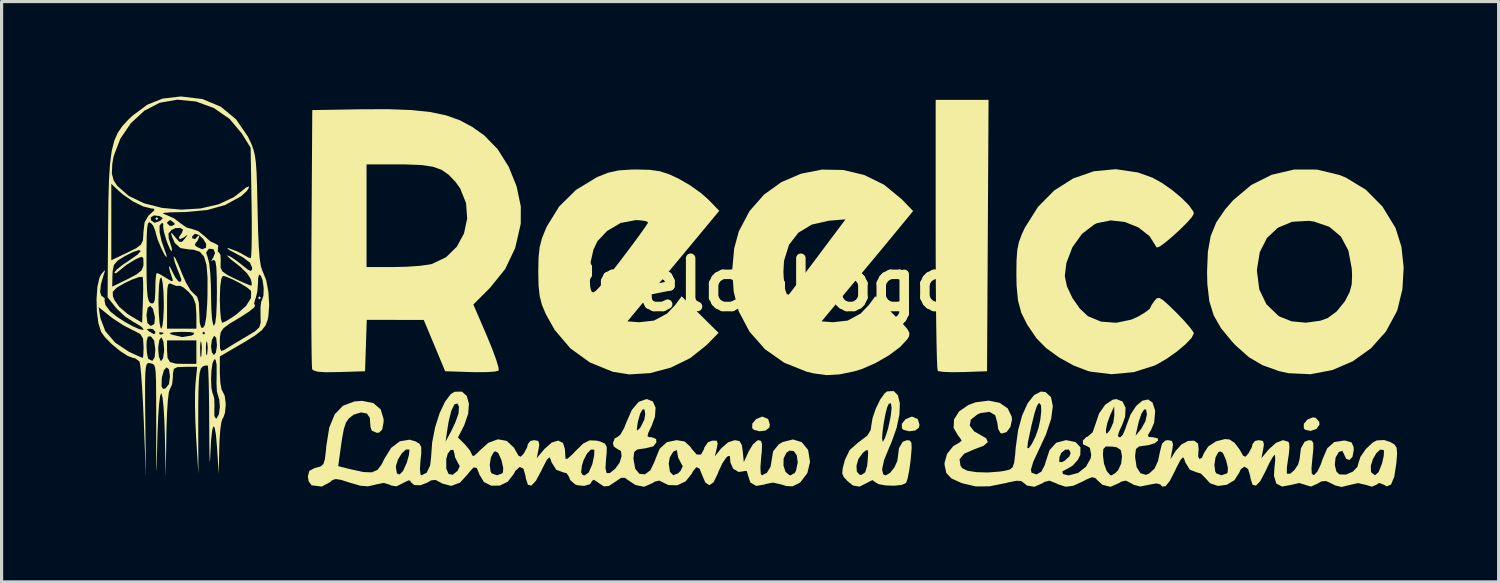
<source format=kicad_pcb>
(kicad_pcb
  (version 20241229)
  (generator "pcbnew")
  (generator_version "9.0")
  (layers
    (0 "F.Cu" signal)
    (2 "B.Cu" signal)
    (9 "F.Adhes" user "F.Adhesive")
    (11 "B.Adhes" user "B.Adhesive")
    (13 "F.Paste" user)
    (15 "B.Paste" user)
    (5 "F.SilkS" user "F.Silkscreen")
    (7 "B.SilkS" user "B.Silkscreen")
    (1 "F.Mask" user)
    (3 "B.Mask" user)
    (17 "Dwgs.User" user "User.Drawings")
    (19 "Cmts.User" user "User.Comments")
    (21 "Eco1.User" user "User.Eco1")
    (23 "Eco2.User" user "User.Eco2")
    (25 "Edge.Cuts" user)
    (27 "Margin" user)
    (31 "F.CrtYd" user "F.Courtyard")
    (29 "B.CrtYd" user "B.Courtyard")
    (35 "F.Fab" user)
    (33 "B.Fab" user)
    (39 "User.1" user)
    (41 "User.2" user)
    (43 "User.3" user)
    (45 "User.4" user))
  (footprint "ReelcoLogo"
    (layer "F.Cu")
    (at 20.768 5.945)
    (property "Reference" "ReelcoLogo" (at 0 0 0) (layer "F.SilkS") (effects (font (size 1.524 1.524) (thickness 0.3))))
    (attr board_only exclude_from_pos_files exclude_from_bom)
    (fp_poly (pts (xy -18.818 -2.086) (xy -18.865 -2.039) (xy -18.911 -2.086) (xy -18.865 -2.132)) (stroke (width 0) (type solid)) (fill yes) (layer "F.SilkS"))
    (fp_poly (pts (xy -15.574 0.417) (xy -15.62 0.464) (xy -15.666 0.417) (xy -15.62 0.371)) (stroke (width 0) (type solid)) (fill yes) (layer "F.SilkS"))
    (fp_poly (pts (xy 17.752 4.205) (xy 17.867 4.332) (xy 17.874 4.426) (xy 17.773 4.561) (xy 17.592 4.621) (xy 17.423 4.585) (xy 17.379 4.539) (xy 17.379 4.396) (xy 17.494 4.262) (xy 17.661 4.194)) (stroke (width 0) (type solid)) (fill yes) (layer "F.SilkS"))
    (fp_poly (pts (xy 0.453 4.245) (xy 0.508 4.426) (xy 0.488 4.519) (xy 0.375 4.608) (xy 0.182 4.632) (xy 0.004 4.587) (xy -0.049 4.538) (xy -0.049 4.393) (xy 0.07 4.25) (xy 0.249 4.173) (xy 0.28 4.172)) (stroke (width 0) (type solid)) (fill yes) (layer "F.SilkS"))
    (fp_poly (pts (xy 5.18 4.245) (xy 5.236 4.426) (xy 5.216 4.519) (xy 5.103 4.608) (xy 4.91 4.632) (xy 4.732 4.587) (xy 4.679 4.538) (xy 4.679 4.393) (xy 4.797 4.25) (xy 4.977 4.173) (xy 5.007 4.172)) (stroke (width 0) (type solid)) (fill yes) (layer "F.SilkS"))
    (fp_poly (pts (xy 7.394 -1.553) (xy 7.37 2.735) (xy 6.624 2.761) (xy 6.268 2.766) (xy 5.986 2.755) (xy 5.828 2.731) (xy 5.813 2.723) (xy 5.799 2.619) (xy 5.787 2.349) (xy 5.776 1.931) (xy 5.766 1.384) (xy 5.758 0.726) (xy 5.752 -0.023) (xy 5.748 -0.846) (xy 5.747 -1.591) (xy 5.747 -5.84) (xy 7.418 -5.84)) (stroke (width 0) (type solid)) (fill yes) (layer "F.SilkS"))
    (fp_poly (pts (xy 17.795 -3.637) (xy 18.513 -3.464) (xy 18.709 -3.383) (xy 19.337 -3.002) (xy 19.861 -2.473) (xy 20.266 -1.812) (xy 20.282 -1.778) (xy 20.464 -1.198) (xy 20.535 -0.535) (xy 20.494 0.145) (xy 20.341 0.778) (xy 20.314 0.852) (xy 19.973 1.482) (xy 19.501 2.01) (xy 18.928 2.42) (xy 18.282 2.698) (xy 17.594 2.829) (xy 16.891 2.797) (xy 16.601 2.732) (xy 16.077 2.546) (xy 15.642 2.29) (xy 15.225 1.919) (xy 15.113 1.8) (xy 14.766 1.379) (xy 14.533 0.972) (xy 14.394 0.524) (xy 14.331 -0.016) (xy 14.322 -0.417) (xy 14.323 -0.424) (xy 15.899 -0.424) (xy 15.973 0.152) (xy 16.197 0.618) (xy 16.572 0.979) (xy 16.62 1.011) (xy 16.993 1.158) (xy 17.446 1.201) (xy 17.901 1.139) (xy 18.135 1.054) (xy 18.415 0.848) (xy 18.668 0.536) (xy 18.693 0.495) (xy 18.828 0.233) (xy 18.893 -0.006) (xy 18.904 -0.305) (xy 18.894 -0.512) (xy 18.787 -1.081) (xy 18.551 -1.521) (xy 18.188 -1.827) (xy 17.703 -1.994) (xy 17.54 -2.017) (xy 17.01 -1.987) (xy 16.563 -1.801) (xy 16.216 -1.477) (xy 15.989 -1.032) (xy 15.899 -0.484) (xy 15.899 -0.424) (xy 14.323 -0.424) (xy 14.348 -1.041) (xy 14.438 -1.54) (xy 14.613 -1.967) (xy 14.892 -2.377) (xy 15.151 -2.673) (xy 15.719 -3.15) (xy 16.368 -3.474) (xy 17.071 -3.638)) (stroke (width 0) (type solid)) (fill yes) (layer "F.SilkS"))
    (fp_poly (pts (xy 2.824 -3.624) (xy 3.488 -3.467) (xy 4.115 -3.159) (xy 4.673 -2.701) (xy 5.034 -2.327) (xy 4.516 -1.696) (xy 4.264 -1.391) (xy 3.931 -0.989) (xy 3.556 -0.538) (xy 3.176 -0.083) (xy 3.069 0.046) (xy 2.141 1.159) (xy 2.502 1.187) (xy 2.964 1.135) (xy 3.376 0.913) (xy 3.632 0.646) (xy 3.838 0.367) (xy 4.415 0.939) (xy 4.69 1.216) (xy 4.851 1.399) (xy 4.917 1.523) (xy 4.909 1.623) (xy 4.854 1.721) (xy 4.622 1.971) (xy 4.267 2.235) (xy 3.844 2.478) (xy 3.41 2.667) (xy 3.202 2.732) (xy 2.71 2.835) (xy 2.3 2.858) (xy 1.886 2.802) (xy 1.662 2.747) (xy 0.961 2.467) (xy 0.355 2.04) (xy -0.134 1.487) (xy -0.476 0.842) (xy -0.634 0.227) (xy -0.679 -0.411) (xy 0.936 -0.411) (xy 0.951 -0.112) (xy 0.988 0.139) (xy 1.041 0.297) (xy 1.103 0.316) (xy 1.105 0.313) (xy 1.184 0.214) (xy 1.352 -0.006) (xy 1.589 -0.319) (xy 1.874 -0.698) (xy 2.038 -0.916) (xy 2.898 -2.064) (xy 2.372 -2.021) (xy 1.832 -1.899) (xy 1.407 -1.641) (xy 1.112 -1.259) (xy 0.958 -0.764) (xy 0.952 -0.712) (xy 0.936 -0.411) (xy -0.679 -0.411) (xy -0.682 -0.46) (xy -0.62 -1.144) (xy -0.474 -1.682) (xy -0.136 -2.324) (xy 0.322 -2.845) (xy 0.873 -3.241) (xy 1.491 -3.506) (xy 2.15 -3.636)) (stroke (width 0) (type solid)) (fill yes) (layer "F.SilkS"))
    (fp_poly (pts (xy -10.818 -5.518) (xy -10.22 -5.455) (xy -9.72 -5.349) (xy -9.288 -5.195) (xy -8.897 -4.986) (xy -8.517 -4.717) (xy -8.515 -4.715) (xy -8.093 -4.281) (xy -7.745 -3.727) (xy -7.494 -3.106) (xy -7.362 -2.473) (xy -7.364 -1.922) (xy -7.54 -1.155) (xy -7.856 -0.494) (xy -8.328 0.092) (xy -8.339 0.104) (xy -8.861 0.626) (xy -8.427 1.634) (xy -8.264 2.033) (xy -8.14 2.37) (xy -8.068 2.61) (xy -8.061 2.715) (xy -8.178 2.745) (xy -8.434 2.763) (xy -8.782 2.765) (xy -8.94 2.762) (xy -9.752 2.735) (xy -10.09 1.924) (xy -10.429 1.114) (xy -12.229 1.112) (xy -12.256 1.924) (xy -12.283 2.735) (xy -13.095 2.761) (xy -13.524 2.767) (xy -13.793 2.748) (xy -13.929 2.701) (xy -13.954 2.669) (xy -13.963 2.554) (xy -13.97 2.272) (xy -13.976 1.845) (xy -13.98 1.291) (xy -13.981 0.63) (xy -13.981 -0.119) (xy -13.98 -0.556) (xy -12.236 -0.556) (xy -11.379 -0.557) (xy -10.951 -0.568) (xy -10.552 -0.596) (xy -10.248 -0.637) (xy -10.172 -0.654) (xy -9.725 -0.866) (xy -9.383 -1.2) (xy -9.156 -1.621) (xy -9.056 -2.092) (xy -9.092 -2.576) (xy -9.275 -3.037) (xy -9.423 -3.244) (xy -9.64 -3.472) (xy -9.867 -3.63) (xy -10.144 -3.728) (xy -10.511 -3.781) (xy -11.01 -3.8) (xy -11.212 -3.801) (xy -12.236 -3.801) (xy -12.236 -0.556) (xy -13.98 -0.556) (xy -13.979 -0.936) (xy -13.976 -1.483) (xy -13.951 -5.516) (xy -12.422 -5.542) (xy -11.543 -5.545)) (stroke (width 0) (type solid)) (fill yes) (layer "F.SilkS"))
    (fp_poly (pts (xy -3.278 -3.628) (xy -2.963 -3.583) (xy -2.668 -3.485) (xy -2.386 -3.355) (xy -2.021 -3.145) (xy -1.666 -2.892) (xy -1.449 -2.702) (xy -1.091 -2.334) (xy -2.541 -0.588) (xy -3.992 1.159) (xy -3.623 1.187) (xy -3.155 1.135) (xy -2.741 0.913) (xy -2.486 0.646) (xy -2.28 0.367) (xy -1.697 0.945) (xy -1.113 1.523) (xy -1.496 1.913) (xy -2.009 2.32) (xy -2.619 2.619) (xy -3.277 2.795) (xy -3.935 2.835) (xy -4.456 2.752) (xy -5.181 2.457) (xy -5.795 2.013) (xy -6.293 1.427) (xy -6.571 0.931) (xy -6.694 0.637) (xy -6.766 0.359) (xy -6.801 0.03) (xy -6.808 -0.313) (xy -5.191 -0.313) (xy -5.17 0.058) (xy -5.153 0.141) (xy -5.122 0.223) (xy -5.074 0.246) (xy -4.989 0.193) (xy -4.851 0.047) (xy -4.643 -0.207) (xy -4.347 -0.588) (xy -4.217 -0.758) (xy -3.915 -1.155) (xy -3.659 -1.502) (xy -3.466 -1.77) (xy -3.357 -1.934) (xy -3.339 -1.97) (xy -3.421 -2.012) (xy -3.628 -2.037) (xy -3.741 -2.039) (xy -4.207 -1.95) (xy -4.638 -1.695) (xy -4.943 -1.371) (xy -5.068 -1.102) (xy -5.154 -0.725) (xy -5.191 -0.313) (xy -6.808 -0.313) (xy -6.81 -0.416) (xy -6.81 -0.417) (xy -6.801 -0.859) (xy -6.766 -1.187) (xy -6.692 -1.471) (xy -6.565 -1.783) (xy -6.544 -1.831) (xy -6.152 -2.467) (xy -5.617 -2.995) (xy -4.957 -3.397) (xy -4.941 -3.404) (xy -4.6 -3.538) (xy -4.267 -3.611) (xy -3.859 -3.638) (xy -3.695 -3.64)) (stroke (width 0) (type solid)) (fill yes) (layer "F.SilkS"))
    (fp_poly (pts (xy 12.135 -3.546) (xy 12.596 -3.381) (xy 12.896 -3.216) (xy 13.214 -2.993) (xy 13.512 -2.746) (xy 13.749 -2.509) (xy 13.886 -2.316) (xy 13.905 -2.247) (xy 13.845 -2.139) (xy 13.688 -1.96) (xy 13.471 -1.744) (xy 13.23 -1.524) (xy 13.003 -1.333) (xy 12.825 -1.205) (xy 12.733 -1.172) (xy 12.729 -1.177) (xy 12.504 -1.535) (xy 12.154 -1.808) (xy 11.729 -1.98) (xy 11.278 -2.031) (xy 10.85 -1.945) (xy 10.76 -1.904) (xy 10.371 -1.606) (xy 10.067 -1.182) (xy 9.877 -0.684) (xy 9.827 -0.275) (xy 9.893 0.049) (xy 10.064 0.415) (xy 10.301 0.755) (xy 10.558 0.996) (xy 10.972 1.168) (xy 11.45 1.204) (xy 11.929 1.105) (xy 12.154 1.003) (xy 12.372 0.87) (xy 12.502 0.771) (xy 12.518 0.748) (xy 12.57 0.641) (xy 12.658 0.514) (xy 12.731 0.433) (xy 12.811 0.417) (xy 12.928 0.485) (xy 13.116 0.653) (xy 13.35 0.882) (xy 13.604 1.146) (xy 13.797 1.369) (xy 13.898 1.514) (xy 13.905 1.539) (xy 13.831 1.684) (xy 13.637 1.887) (xy 13.363 2.117) (xy 13.05 2.338) (xy 12.738 2.519) (xy 12.665 2.554) (xy 12.008 2.763) (xy 11.307 2.829) (xy 10.632 2.747) (xy 10.568 2.731) (xy 10.112 2.557) (xy 9.646 2.3) (xy 9.232 1.999) (xy 8.934 1.696) (xy 8.93 1.69) (xy 8.641 1.267) (xy 8.454 0.891) (xy 8.347 0.497) (xy 8.303 0.024) (xy 8.297 -0.324) (xy 8.302 -0.772) (xy 8.325 -1.093) (xy 8.377 -1.347) (xy 8.469 -1.592) (xy 8.567 -1.803) (xy 8.979 -2.457) (xy 9.494 -2.978) (xy 10.09 -3.356) (xy 10.744 -3.583) (xy 11.433 -3.649)) (stroke (width 0) (type solid)) (fill yes) (layer "F.SilkS"))
    (fp_poly (pts (xy 4.554 3.495) (xy 4.615 3.751) (xy 4.602 4.101) (xy 4.514 4.521) (xy 4.35 4.985) (xy 4.285 5.13) (xy 4.118 5.539) (xy 4.053 5.832) (xy 4.09 5.995) (xy 4.167 6.026) (xy 4.302 5.951) (xy 4.442 5.776) (xy 4.533 5.578) (xy 4.544 5.508) (xy 4.587 5.167) (xy 4.706 4.963) (xy 4.839 4.913) (xy 4.934 4.927) (xy 4.981 4.997) (xy 4.988 5.162) (xy 4.963 5.463) (xy 4.956 5.539) (xy 4.911 5.871) (xy 4.858 6.134) (xy 4.81 6.266) (xy 4.673 6.327) (xy 4.436 6.352) (xy 4.169 6.343) (xy 3.942 6.303) (xy 3.824 6.234) (xy 3.822 6.229) (xy 3.748 6.175) (xy 3.587 6.257) (xy 3.34 6.381) (xy 3.134 6.346) (xy 2.966 6.211) (xy 2.843 6.078) (xy 2.794 5.961) (xy 2.811 5.795) (xy 2.83 5.722) (xy 3.244 5.722) (xy 3.256 5.907) (xy 3.343 6.006) (xy 3.407 6.008) (xy 3.52 5.93) (xy 3.582 5.724) (xy 3.598 5.564) (xy 3.613 5.313) (xy 3.594 5.218) (xy 3.522 5.249) (xy 3.436 5.325) (xy 3.305 5.508) (xy 3.244 5.722) (xy 2.83 5.722) (xy 2.879 5.537) (xy 3.028 5.227) (xy 3.307 4.979) (xy 3.342 4.956) (xy 3.476 4.854) (xy 4.054 4.854) (xy 4.07 4.956) (xy 4.083 4.957) (xy 4.143 4.85) (xy 4.219 4.626) (xy 4.253 4.503) (xy 4.328 4.147) (xy 4.355 3.887) (xy 4.333 3.75) (xy 4.266 3.762) (xy 4.212 3.881) (xy 4.156 4.103) (xy 4.106 4.375) (xy 4.069 4.643) (xy 4.054 4.854) (xy 3.476 4.854) (xy 3.588 4.769) (xy 3.696 4.588) (xy 3.71 4.472) (xy 3.753 4.21) (xy 3.859 3.906) (xy 3.998 3.623) (xy 4.143 3.423) (xy 4.215 3.372) (xy 4.421 3.361)) (stroke (width 0) (type solid)) (fill yes) (layer "F.SilkS"))
    (fp_poly (pts (xy 9.218 3.394) (xy 9.39 3.552) (xy 9.449 3.838) (xy 9.396 4.237) (xy 9.233 4.73) (xy 9.019 5.192) (xy 8.832 5.591) (xy 8.757 5.843) (xy 8.775 5.939) (xy 8.933 5.998) (xy 9.088 5.906) (xy 9.199 5.69) (xy 9.215 5.622) (xy 9.221 5.604) (xy 9.653 5.604) (xy 9.739 5.606) (xy 9.819 5.566) (xy 9.97 5.43) (xy 10.012 5.32) (xy 9.959 5.21) (xy 9.842 5.213) (xy 9.72 5.308) (xy 9.657 5.454) (xy 9.653 5.604) (xy 9.221 5.604) (xy 9.345 5.227) (xy 9.559 4.993) (xy 9.864 4.913) (xy 9.875 4.913) (xy 10.168 4.974) (xy 10.321 5.138) (xy 10.318 5.376) (xy 10.241 5.533) (xy 10.072 5.72) (xy 9.91 5.816) (xy 9.753 5.897) (xy 9.766 5.983) (xy 9.937 6.025) (xy 9.953 6.026) (xy 10.247 5.949) (xy 10.496 5.753) (xy 10.643 5.493) (xy 10.66 5.377) (xy 11.031 5.377) (xy 11.065 5.652) (xy 11.15 5.886) (xy 11.261 6.016) (xy 11.298 6.026) (xy 11.411 5.963) (xy 11.512 5.863) (xy 11.609 5.654) (xy 11.635 5.423) (xy 11.596 5.225) (xy 11.472 5.139) (xy 11.325 5.116) (xy 11.122 5.113) (xy 11.044 5.194) (xy 11.031 5.377) (xy 10.66 5.377) (xy 10.661 5.37) (xy 10.618 5.154) (xy 10.522 5.099) (xy 10.401 5.043) (xy 10.398 4.924) (xy 10.504 4.816) (xy 10.555 4.797) (xy 10.706 4.666) (xy 10.735 4.583) (xy 11.128 4.583) (xy 11.133 4.708) (xy 11.181 4.685) (xy 11.26 4.583) (xy 11.36 4.357) (xy 11.392 4.125) (xy 11.387 3.847) (xy 11.26 4.125) (xy 11.168 4.377) (xy 11.128 4.583) (xy 10.735 4.583) (xy 10.79 4.425) (xy 10.91 4.069) (xy 11.106 3.791) (xy 11.34 3.635) (xy 11.454 3.615) (xy 11.651 3.69) (xy 11.747 3.888) (xy 11.733 4.172) (xy 11.646 4.416) (xy 11.536 4.659) (xy 11.503 4.778) (xy 11.541 4.818) (xy 11.584 4.82) (xy 11.629 4.774) (xy 12.063 4.774) (xy 12.242 4.555) (xy 12.375 4.315) (xy 12.422 4.096) (xy 12.396 3.944) (xy 12.332 3.945) (xy 12.248 4.079) (xy 12.165 4.322) (xy 12.143 4.415) (xy 12.063 4.774) (xy 11.629 4.774) (xy 11.662 4.74) (xy 11.747 4.539) (xy 11.77 4.462) (xy 11.908 4.097) (xy 12.085 3.828) (xy 12.277 3.667) (xy 12.456 3.627) (xy 12.598 3.722) (xy 12.678 3.963) (xy 12.682 4.004) (xy 12.651 4.358) (xy 12.556 4.584) (xy 12.457 4.749) (xy 12.473 4.811) (xy 12.604 4.82) (xy 12.762 4.852) (xy 12.775 4.925) (xy 12.669 5.009) (xy 12.471 5.071) (xy 12.392 5.081) (xy 12.17 5.113) (xy 12.074 5.196) (xy 12.051 5.391) (xy 12.051 5.464) (xy 12.097 5.767) (xy 12.218 5.958) (xy 12.39 6.009) (xy 12.493 5.968) (xy 12.662 5.812) (xy 12.772 5.572) (xy 12.838 5.261) (xy 12.9 5.023) (xy 13.004 4.924) (xy 13.087 4.913) (xy 13.214 4.938) (xy 13.246 5.048) (xy 13.223 5.214) (xy 13.166 5.516) (xy 13.327 5.257) (xy 13.514 5.048) (xy 13.723 4.938) (xy 13.912 4.929) (xy 14.038 5.021) (xy 14.057 5.215) (xy 14.051 5.242) (xy 14.04 5.427) (xy 14.08 5.509) (xy 14.16 5.471) (xy 14.223 5.324) (xy 14.359 5.113) (xy 14.605 4.951) (xy 14.887 4.878) (xy 15.034 4.891) (xy 15.196 5.001) (xy 15.349 5.205) (xy 15.357 5.221) (xy 15.461 5.403) (xy 15.534 5.437) (xy 15.623 5.342) (xy 15.632 5.33) (xy 15.734 5.142) (xy 15.759 5.034) (xy 15.837 4.938) (xy 15.956 4.913) (xy 16.089 4.938) (xy 16.119 5.051) (xy 16.096 5.197) (xy 16.04 5.481) (xy 16.278 5.197) (xy 16.503 4.997) (xy 16.72 4.913) (xy 16.884 4.961) (xy 16.912 4.996) (xy 16.926 5.129) (xy 16.904 5.373) (xy 16.883 5.502) (xy 16.846 5.764) (xy 16.842 5.941) (xy 16.853 5.976) (xy 16.954 5.971) (xy 17.085 5.855) (xy 17.198 5.685) (xy 17.244 5.525) (xy 17.286 5.175) (xy 17.401 4.966) (xy 17.536 4.913) (xy 17.633 4.929) (xy 17.678 5.005) (xy 17.68 5.182) (xy 17.651 5.482) (xy 17.622 5.797) (xy 17.63 5.963) (xy 17.678 6.013) (xy 17.715 6.007) (xy 17.813 5.899) (xy 17.919 5.673) (xy 17.965 5.532) (xy 18.119 5.171) (xy 18.341 4.973) (xy 18.649 4.925) (xy 18.707 4.931) (xy 18.889 4.985) (xy 18.953 5.13) (xy 18.957 5.23) (xy 18.916 5.441) (xy 18.822 5.54) (xy 18.718 5.504) (xy 18.662 5.384) (xy 18.598 5.251) (xy 18.496 5.282) (xy 18.482 5.293) (xy 18.383 5.465) (xy 18.358 5.694) (xy 18.407 5.9) (xy 18.5 5.994) (xy 18.712 6.001) (xy 18.928 5.908) (xy 19.074 5.756) (xy 19.081 5.729) (xy 19.495 5.729) (xy 19.502 5.907) (xy 19.516 5.937) (xy 19.628 6.023) (xy 19.74 5.926) (xy 19.849 5.654) (xy 19.905 5.411) (xy 19.912 5.249) (xy 19.901 5.224) (xy 19.792 5.212) (xy 19.669 5.328) (xy 19.56 5.518) (xy 19.495 5.729) (xy 19.081 5.729) (xy 19.096 5.669) (xy 19.166 5.446) (xy 19.337 5.196) (xy 19.553 4.992) (xy 19.682 4.921) (xy 19.92 4.909) (xy 20.113 4.972) (xy 20.246 5.051) (xy 20.312 5.152) (xy 20.327 5.328) (xy 20.304 5.633) (xy 20.302 5.65) (xy 20.236 6.074) (xy 20.136 6.314) (xy 20.002 6.373) (xy 19.905 6.32) (xy 19.761 6.264) (xy 19.671 6.322) (xy 19.531 6.382) (xy 19.338 6.325) (xy 19.089 6.269) (xy 18.821 6.331) (xy 18.574 6.392) (xy 18.364 6.341) (xy 18.276 6.294) (xy 18.079 6.202) (xy 17.932 6.217) (xy 17.809 6.289) (xy 17.608 6.378) (xy 17.434 6.329) (xy 17.428 6.325) (xy 17.234 6.267) (xy 16.98 6.326) (xy 16.691 6.379) (xy 16.509 6.282) (xy 16.436 6.037) (xy 16.452 5.776) (xy 16.477 5.535) (xy 16.469 5.393) (xy 16.455 5.377) (xy 16.391 5.454) (xy 16.28 5.657) (xy 16.169 5.894) (xy 16.003 6.209) (xy 15.864 6.351) (xy 15.758 6.319) (xy 15.692 6.111) (xy 15.684 6.042) (xy 15.618 5.824) (xy 15.506 5.749) (xy 15.389 5.83) (xy 15.341 5.935) (xy 15.187 6.178) (xy 14.944 6.323) (xy 14.67 6.359) (xy 14.421 6.277) (xy 14.275 6.117) (xy 14.127 5.969) (xy 14.006 5.933) (xy 13.779 5.848) (xy 13.683 5.692) (xy 14.554 5.692) (xy 14.579 5.9) (xy 14.616 5.964) (xy 14.779 6.023) (xy 14.943 5.966) (xy 14.972 5.932) (xy 14.981 5.791) (xy 14.928 5.562) (xy 14.913 5.518) (xy 14.82 5.314) (xy 14.733 5.266) (xy 14.676 5.298) (xy 14.589 5.458) (xy 14.554 5.692) (xy 13.683 5.692) (xy 13.63 5.605) (xy 13.605 5.516) (xy 13.563 5.453) (xy 13.488 5.529) (xy 13.366 5.76) (xy 13.318 5.863) (xy 13.146 6.199) (xy 13.012 6.367) (xy 12.904 6.379) (xy 12.844 6.312) (xy 12.726 6.279) (xy 12.496 6.319) (xy 12.473 6.326) (xy 12.21 6.377) (xy 12.008 6.324) (xy 11.936 6.282) (xy 11.755 6.191) (xy 11.612 6.222) (xy 11.543 6.268) (xy 11.269 6.387) (xy 11.02 6.324) (xy 10.897 6.216) (xy 10.785 6.106) (xy 10.681 6.085) (xy 10.518 6.152) (xy 10.397 6.216) (xy 10.092 6.355) (xy 9.857 6.384) (xy 9.615 6.308) (xy 9.54 6.27) (xy 9.341 6.193) (xy 9.189 6.23) (xy 9.128 6.271) (xy 8.863 6.386) (xy 8.629 6.346) (xy 8.54 6.271) (xy 8.449 6.204) (xy 8.302 6.196) (xy 8.046 6.247) (xy 7.952 6.271) (xy 7.443 6.372) (xy 7.019 6.375) (xy 6.605 6.28) (xy 6.545 6.259) (xy 6.241 6.12) (xy 6.082 5.947) (xy 6.028 5.694) (xy 6.027 5.632) (xy 6.105 5.349) (xy 6.303 5.102) (xy 6.5 4.987) (xy 6.569 4.928) (xy 6.496 4.815) (xy 6.465 4.783) (xy 6.314 4.528) (xy 6.327 4.258) (xy 6.487 4.006) (xy 6.78 3.802) (xy 7.01 3.717) (xy 7.42 3.664) (xy 7.77 3.734) (xy 8.024 3.909) (xy 8.15 4.173) (xy 8.158 4.267) (xy 8.108 4.497) (xy 7.986 4.659) (xy 7.837 4.703) (xy 7.791 4.684) (xy 7.721 4.556) (xy 7.694 4.358) (xy 7.628 4.123) (xy 7.445 4.018) (xy 7.171 4.055) (xy 7.07 4.097) (xy 6.859 4.263) (xy 6.823 4.452) (xy 6.96 4.633) (xy 7.115 4.721) (xy 7.344 4.854) (xy 7.394 4.975) (xy 7.262 5.091) (xy 6.976 5.198) (xy 6.65 5.34) (xy 6.501 5.516) (xy 6.531 5.72) (xy 6.585 5.798) (xy 6.746 5.878) (xy 7.035 5.924) (xy 7.398 5.934) (xy 7.779 5.905) (xy 7.948 5.877) (xy 8.091 5.84) (xy 8.178 5.771) (xy 8.227 5.627) (xy 8.259 5.365) (xy 8.275 5.157) (xy 8.643 5.157) (xy 8.688 5.17) (xy 8.786 5.03) (xy 8.902 4.797) (xy 8.992 4.542) (xy 9.054 4.261) (xy 9.083 4.002) (xy 9.075 3.812) (xy 9.025 3.74) (xy 9.001 3.749) (xy 8.942 3.841) (xy 8.87 4.062) (xy 8.779 4.431) (xy 8.664 4.964) (xy 8.66 4.983) (xy 8.643 5.157) (xy 8.275 5.157) (xy 8.276 5.149) (xy 8.351 4.601) (xy 8.482 4.125) (xy 8.654 3.747) (xy 8.856 3.49) (xy 9.073 3.377)) (stroke (width 0) (type solid)) (fill yes) (layer "F.SilkS"))
    (fp_poly (pts (xy -9.069 3.516) (xy -9.001 3.76) (xy -9.025 4.08) (xy -9.15 4.442) (xy -9.169 4.48) (xy -9.347 4.828) (xy -9.123 5.052) (xy -8.969 5.238) (xy -8.897 5.387) (xy -8.896 5.396) (xy -8.845 5.414) (xy -8.722 5.307) (xy -8.687 5.267) (xy -8.388 4.997) (xy -8.086 4.886) (xy -7.807 4.936) (xy -7.582 5.147) (xy -7.542 5.216) (xy -7.437 5.401) (xy -7.364 5.437) (xy -7.277 5.346) (xy -7.265 5.33) (xy -7.163 5.142) (xy -7.138 5.034) (xy -7.06 4.938) (xy -6.941 4.913) (xy -6.808 4.938) (xy -6.778 5.051) (xy -6.801 5.197) (xy -6.858 5.481) (xy -6.615 5.192) (xy -6.386 4.99) (xy -6.179 4.927) (xy -6.028 5.001) (xy -5.969 5.191) (xy -5.956 5.403) (xy -5.946 5.508) (xy -5.884 5.496) (xy -5.741 5.372) (xy -5.632 5.257) (xy -5.39 5.02) (xy -5.185 4.918) (xy -4.956 4.929) (xy -4.832 4.963) (xy -4.701 5.023) (xy -4.646 5.129) (xy -4.65 5.336) (xy -4.665 5.473) (xy -4.687 5.796) (xy -4.652 5.952) (xy -4.55 5.953) (xy -4.387 5.825) (xy -4.241 5.627) (xy -4.176 5.418) (xy -4.199 5.254) (xy -4.311 5.191) (xy -4.424 5.114) (xy -4.45 5.006) (xy -4.395 4.856) (xy -4.319 4.82) (xy -4.216 4.74) (xy -4.116 4.565) (xy -3.696 4.565) (xy -3.676 4.61) (xy -3.591 4.521) (xy -3.576 4.501) (xy -3.459 4.264) (xy -3.43 4.089) (xy -3.455 3.94) (xy -3.515 3.943) (xy -3.59 4.072) (xy -3.656 4.304) (xy -3.667 4.36) (xy -3.696 4.565) (xy -4.116 4.565) (xy -4.098 4.533) (xy -4.042 4.388) (xy -3.854 3.958) (xy -3.64 3.704) (xy -3.393 3.616) (xy -3.379 3.615) (xy -3.19 3.689) (xy -3.103 3.887) (xy -3.123 4.174) (xy -3.228 4.46) (xy -3.335 4.684) (xy -3.358 4.789) (xy -3.298 4.819) (xy -3.226 4.82) (xy -3.087 4.875) (xy -3.076 4.983) (xy -3.175 5.109) (xy -3.426 5.171) (xy -3.454 5.174) (xy -3.682 5.207) (xy -3.779 5.289) (xy -3.801 5.474) (xy -3.801 5.51) (xy -3.747 5.815) (xy -3.613 5.977) (xy -3.438 5.993) (xy -3.264 5.86) (xy -3.166 5.651) (xy -2.688 5.651) (xy -2.649 5.915) (xy -2.544 6.022) (xy -2.388 5.959) (xy -2.314 5.883) (xy -2.245 5.734) (xy -2.303 5.632) (xy -2.395 5.452) (xy -2.41 5.347) (xy -2.433 5.226) (xy -2.529 5.267) (xy -2.549 5.284) (xy -2.655 5.459) (xy -2.688 5.651) (xy -3.166 5.651) (xy -3.13 5.576) (xy -3.125 5.554) (xy -2.975 5.185) (xy -2.748 4.977) (xy -2.441 4.913) (xy -2.185 4.955) (xy -2.009 5.116) (xy -1.964 5.185) (xy -1.805 5.366) (xy -1.668 5.369) (xy -1.574 5.197) (xy -1.563 5.145) (xy -1.449 4.98) (xy -1.317 4.929) (xy -1.172 4.929) (xy -1.141 5.021) (xy -1.168 5.161) (xy -1.231 5.423) (xy -1.026 5.168) (xy -0.811 4.981) (xy -0.601 4.913) (xy -0.452 4.942) (xy -0.379 5.063) (xy -0.349 5.261) (xy -0.316 5.608) (xy -0.157 5.261) (xy -0.024 5.043) (xy 0.113 4.922) (xy 0.149 4.913) (xy 0.229 4.939) (xy 0.261 5.045) (xy 0.253 5.269) (xy 0.232 5.469) (xy 0.209 5.77) (xy 0.22 5.969) (xy 0.25 6.026) (xy 0.414 5.945) (xy 0.53 5.751) (xy 0.536 5.717) (xy 0.938 5.717) (xy 1.004 5.918) (xy 1.129 6.022) (xy 1.159 6.026) (xy 1.291 5.951) (xy 1.334 5.879) (xy 1.389 5.615) (xy 1.359 5.395) (xy 1.264 5.258) (xy 1.125 5.244) (xy 1.031 5.31) (xy 0.942 5.491) (xy 0.938 5.717) (xy 0.536 5.717) (xy 0.556 5.597) (xy 0.61 5.267) (xy 0.788 5.046) (xy 0.915 4.971) (xy 1.237 4.891) (xy 1.514 4.975) (xy 1.706 5.209) (xy 1.719 5.24) (xy 1.777 5.602) (xy 1.691 5.955) (xy 1.482 6.232) (xy 1.427 6.273) (xy 1.226 6.371) (xy 1.027 6.363) (xy 0.883 6.317) (xy 0.604 6.253) (xy 0.366 6.302) (xy 0.337 6.315) (xy 0.079 6.358) (xy -0.109 6.251) (xy -0.185 6.019) (xy -0.185 6.009) (xy -0.223 5.888) (xy -0.279 5.887) (xy -0.476 5.919) (xy -0.652 5.815) (xy -0.74 5.616) (xy -0.742 5.582) (xy -0.754 5.418) (xy -0.813 5.414) (xy -0.878 5.473) (xy -0.994 5.646) (xy -1.115 5.906) (xy -1.142 5.979) (xy -1.272 6.246) (xy -1.407 6.336) (xy -1.533 6.248) (xy -1.618 6.049) (xy -1.713 5.815) (xy -1.812 5.765) (xy -1.923 5.897) (xy -1.961 5.973) (xy -2.152 6.213) (xy -2.418 6.34) (xy -2.698 6.331) (xy -2.808 6.279) (xy -2.988 6.19) (xy -3.132 6.224) (xy -3.197 6.268) (xy -3.465 6.386) (xy -3.736 6.331) (xy -3.908 6.219) (xy -4.075 6.103) (xy -4.195 6.104) (xy -4.361 6.217) (xy -4.579 6.36) (xy -4.738 6.374) (xy -4.908 6.262) (xy -4.929 6.243) (xy -5.054 6.163) (xy -5.099 6.19) (xy -5.176 6.304) (xy -5.36 6.358) (xy -5.576 6.337) (xy -5.651 6.306) (xy -5.801 6.173) (xy -5.84 6.069) (xy -5.917 5.956) (xy -6.001 5.936) (xy -5.456 5.936) (xy -5.4 6.018) (xy -5.345 6.026) (xy -5.217 5.936) (xy -5.107 5.683) (xy -5.096 5.645) (xy -5.045 5.399) (xy -5.038 5.236) (xy -5.048 5.211) (xy -5.15 5.212) (xy -5.273 5.343) (xy -5.383 5.556) (xy -5.433 5.726) (xy -5.456 5.936) (xy -6.001 5.936) (xy -6.014 5.933) (xy -6.243 5.848) (xy -6.394 5.605) (xy -6.419 5.516) (xy -6.46 5.454) (xy -6.536 5.531) (xy -6.658 5.762) (xy -6.709 5.87) (xy -6.884 6.196) (xy -7.028 6.348) (xy -7.136 6.324) (xy -7.203 6.122) (xy -7.213 6.042) (xy -7.279 5.815) (xy -7.396 5.76) (xy -7.532 5.881) (xy -7.585 5.981) (xy -7.773 6.225) (xy -8.027 6.348) (xy -8.295 6.352) (xy -8.527 6.235) (xy -8.671 5.998) (xy -8.675 5.982) (xy -8.752 5.791) (xy -8.854 5.774) (xy -8.998 5.932) (xy -9.033 5.983) (xy -9.285 6.256) (xy -9.562 6.358) (xy -9.845 6.283) (xy -9.869 6.268) (xy -10.054 6.169) (xy -10.198 6.184) (xy -10.323 6.257) (xy -10.534 6.339) (xy -10.729 6.33) (xy -10.839 6.239) (xy -10.846 6.199) (xy -10.911 6.184) (xy -11.071 6.261) (xy -11.087 6.272) (xy -11.294 6.372) (xy -11.458 6.346) (xy -11.498 6.323) (xy -11.692 6.263) (xy -11.953 6.316) (xy -11.967 6.321) (xy -12.192 6.372) (xy -12.43 6.353) (xy -12.755 6.259) (xy -13.04 6.168) (xy -13.209 6.141) (xy -13.319 6.177) (xy -13.396 6.244) (xy -13.65 6.379) (xy -13.959 6.341) (xy -13.975 6.335) (xy -14.064 6.217) (xy -14.091 6.062) (xy -14.044 5.883) (xy -13.873 5.793) (xy -13.825 5.782) (xy -13.684 5.743) (xy -13.599 5.667) (xy -13.551 5.508) (xy -13.518 5.224) (xy -13.507 5.096) (xy -13.414 4.516) (xy -13.241 4.095) (xy -12.979 3.824) (xy -12.62 3.69) (xy -12.375 3.671) (xy -12.021 3.742) (xy -11.789 3.94) (xy -11.697 4.247) (xy -11.699 4.352) (xy -11.742 4.581) (xy -11.839 4.673) (xy -11.912 4.681) (xy -12.074 4.609) (xy -12.111 4.496) (xy -12.127 4.288) (xy -12.134 4.205) (xy -12.222 4.073) (xy -12.41 4.036) (xy -12.631 4.103) (xy -12.66 4.121) (xy -12.794 4.225) (xy -12.887 4.359) (xy -12.954 4.564) (xy -13.013 4.883) (xy -13.053 5.161) (xy -13.131 5.734) (xy -12.735 5.833) (xy -12.336 5.92) (xy -12.067 5.93) (xy -11.887 5.851) (xy -11.827 5.77) (xy -11.309 5.77) (xy -11.277 5.964) (xy -11.193 5.999) (xy -11.082 5.885) (xy -10.967 5.631) (xy -10.96 5.611) (xy -10.896 5.377) (xy -10.882 5.228) (xy -10.89 5.209) (xy -10.993 5.21) (xy -11.123 5.331) (xy -11.241 5.519) (xy -11.306 5.721) (xy -11.309 5.77) (xy -11.827 5.77) (xy -11.753 5.669) (xy -11.679 5.512) (xy -11.46 5.158) (xy -11.184 4.949) (xy -10.878 4.898) (xy -10.694 4.95) (xy -10.565 5.025) (xy -10.508 5.133) (xy -10.507 5.33) (xy -10.53 5.539) (xy -10.549 5.817) (xy -10.533 5.991) (xy -10.504 6.026) (xy -10.335 5.941) (xy -10.227 5.714) (xy -10.203 5.507) (xy -9.717 5.507) (xy -9.717 5.811) (xy -9.643 5.983) (xy -9.513 6.007) (xy -9.36 5.883) (xy -9.29 5.734) (xy -9.314 5.692) (xy -8.343 5.692) (xy -8.318 5.9) (xy -8.281 5.964) (xy -8.118 6.023) (xy -7.954 5.966) (xy -7.926 5.932) (xy -7.917 5.791) (xy -7.969 5.562) (xy -7.984 5.518) (xy -8.077 5.314) (xy -8.165 5.266) (xy -8.221 5.298) (xy -8.308 5.458) (xy -8.343 5.692) (xy -9.314 5.692) (xy -9.348 5.632) (xy -9.441 5.452) (xy -9.455 5.35) (xy -9.494 5.219) (xy -9.579 5.223) (xy -9.669 5.337) (xy -9.717 5.507) (xy -10.203 5.507) (xy -10.197 5.455) (xy -10.163 4.982) (xy -10.158 4.959) (xy -9.739 4.959) (xy -9.564 4.635) (xy -9.431 4.353) (xy -9.336 4.089) (xy -9.329 4.061) (xy -9.315 3.86) (xy -9.363 3.754) (xy -9.462 3.784) (xy -9.557 3.981) (xy -9.643 4.33) (xy -9.678 4.542) (xy -9.739 4.959) (xy -10.158 4.959) (xy -10.069 4.506) (xy -9.93 4.066) (xy -9.76 3.704) (xy -9.576 3.459) (xy -9.453 3.383) (xy -9.223 3.379)) (stroke (width 0) (type solid)) (fill yes) (layer "F.SilkS"))
    (fp_poly (pts (xy -17.42 -5.865) (xy -16.84 -5.622) (xy -16.359 -5.225) (xy -15.988 -4.684) (xy -15.97 -4.649) (xy -15.88 -4.459) (xy -15.814 -4.285) (xy -15.766 -4.096) (xy -15.733 -3.859) (xy -15.711 -3.542) (xy -15.696 -3.113) (xy -15.683 -2.538) (xy -15.679 -2.368) (xy -15.663 -1.699) (xy -15.641 -1.194) (xy -15.613 -0.829) (xy -15.575 -0.583) (xy -15.527 -0.434) (xy -15.511 -0.405) (xy -15.406 -0.141) (xy -15.337 0.233) (xy -15.313 0.642) (xy -15.34 1.013) (xy -15.361 1.112) (xy -15.427 1.287) (xy -15.545 1.439) (xy -15.751 1.601) (xy -16.081 1.807) (xy -16.159 1.852) (xy -16.872 2.268) (xy -16.872 2.797) (xy -16.856 3.094) (xy -16.818 3.311) (xy -16.779 3.384) (xy -16.719 3.505) (xy -16.688 3.735) (xy -16.686 3.801) (xy -16.708 4.046) (xy -16.762 4.202) (xy -16.779 4.218) (xy -16.821 4.33) (xy -16.858 4.583) (xy -16.883 4.932) (xy -16.889 5.127) (xy -16.907 5.979) (xy -16.96 5.145) (xy -16.995 4.741) (xy -17.035 4.519) (xy -17.075 4.474) (xy -17.113 4.602) (xy -17.147 4.899) (xy -17.172 5.361) (xy -17.174 5.423) (xy -17.183 5.587) (xy -17.19 5.578) (xy -17.197 5.41) (xy -17.203 5.096) (xy -17.206 4.65) (xy -17.207 4.426) (xy -17.211 3.863) (xy -17.217 3.366) (xy -17.226 2.999) (xy -17.149 2.999) (xy -17.138 3.263) (xy -17.1 3.439) (xy -17.084 3.465) (xy -17.049 3.591) (xy -17.041 3.826) (xy -17.045 3.908) (xy -17.044 4.158) (xy -16.992 4.231) (xy -16.972 4.223) (xy -16.903 4.095) (xy -16.872 3.871) (xy -16.872 3.857) (xy -16.889 3.63) (xy -16.931 3.494) (xy -16.934 3.491) (xy -16.964 3.372) (xy -16.977 3.125) (xy -16.973 2.863) (xy -16.973 2.528) (xy -17.006 2.369) (xy -17.05 2.36) (xy -17.103 2.479) (xy -17.137 2.715) (xy -17.149 2.999) (xy -17.226 2.999) (xy -17.227 2.963) (xy -17.238 2.685) (xy -17.251 2.558) (xy -17.253 2.554) (xy -17.355 2.559) (xy -17.426 2.595) (xy -17.475 2.658) (xy -17.511 2.796) (xy -17.534 3.03) (xy -17.548 3.386) (xy -17.554 3.888) (xy -17.554 4.328) (xy -17.55 5.979) (xy -17.621 4.82) (xy -17.645 4.316) (xy -17.657 3.822) (xy -17.655 3.399) (xy -17.641 3.129) (xy -17.589 2.596) (xy -17.972 2.596) (xy -18.214 2.605) (xy -18.324 2.661) (xy -18.354 2.809) (xy -18.355 2.915) (xy -18.379 3.146) (xy -18.439 3.285) (xy -18.447 3.291) (xy -18.484 3.402) (xy -18.515 3.669) (xy -18.541 4.063) (xy -18.558 4.554) (xy -18.561 4.71) (xy -18.581 6.072) (xy -18.609 4.751) (xy -18.626 4.261) (xy -18.651 3.86) (xy -18.681 3.575) (xy -18.715 3.438) (xy -18.726 3.43) (xy -18.759 3.518) (xy -18.791 3.764) (xy -18.818 4.141) (xy -18.839 4.621) (xy -18.847 4.89) (xy -18.858 5.376) (xy -18.866 5.706) (xy -18.872 5.874) (xy -18.876 5.877) (xy -18.879 5.709) (xy -18.881 5.367) (xy -18.882 4.847) (xy -18.882 4.542) (xy -18.883 3.882) (xy -18.885 3.384) (xy -18.887 3.217) (xy -18.713 3.217) (xy -18.666 3.293) (xy -18.592 3.28) (xy -18.48 3.142) (xy -18.447 2.902) (xy -18.479 2.678) (xy -18.552 2.613) (xy -18.636 2.696) (xy -18.699 2.915) (xy -18.708 2.996) (xy -18.713 3.217) (xy -18.887 3.217) (xy -18.889 3.025) (xy -18.899 2.781) (xy -18.917 2.628) (xy -18.944 2.545) (xy -18.983 2.507) (xy -19.036 2.49) (xy -19.079 2.481) (xy -19.137 2.475) (xy -19.179 2.51) (xy -19.208 2.607) (xy -19.225 2.791) (xy -19.233 3.085) (xy -19.234 3.511) (xy -19.229 4.095) (xy -19.227 4.254) (xy -19.207 6.072) (xy -19.275 4.303) (xy -19.3 3.745) (xy -19.328 3.247) (xy -19.357 2.841) (xy -19.385 2.558) (xy -19.41 2.428) (xy -19.411 2.426) (xy -19.55 2.325) (xy -19.598 2.318) (xy -19.779 2.254) (xy -20.027 2.093) (xy -20.288 1.877) (xy -20.51 1.65) (xy -20.623 1.49) (xy -20.709 1.218) (xy -20.757 0.851) (xy -20.761 0.709) (xy -20.702 0.709) (xy -20.644 1.064) (xy -20.49 1.467) (xy -20.18 1.83) (xy -19.746 2.119) (xy -19.699 2.142) (xy -19.47 2.246) (xy -19.326 2.308) (xy -19.305 2.315) (xy -19.29 2.235) (xy -19.282 2.03) (xy -19.282 1.948) (xy -19.283 1.934) (xy -19.189 1.934) (xy -19.174 2.178) (xy -19.137 2.334) (xy -19.127 2.348) (xy -19.004 2.408) (xy -18.931 2.292) (xy -18.911 2.049) (xy -18.912 2.039) (xy -18.818 2.039) (xy -18.798 2.272) (xy -18.746 2.401) (xy -18.726 2.41) (xy -18.667 2.328) (xy -18.635 2.123) (xy -18.634 2.07) (xy -18.54 2.07) (xy -18.524 2.316) (xy -18.446 2.445) (xy -18.261 2.496) (xy -18.015 2.503) (xy -17.613 2.503) (xy -17.613 2.039) (xy -17.495 2.039) (xy -17.488 2.24) (xy -17.469 2.295) (xy -17.455 2.248) (xy -17.441 1.993) (xy -17.312 1.993) (xy -17.304 2.184) (xy -17.283 2.233) (xy -17.271 2.203) (xy -17.254 1.98) (xy -17.257 1.952) (xy -17.15 1.952) (xy -17.122 2.145) (xy -17.057 2.225) (xy -16.996 2.143) (xy -16.965 1.942) (xy -16.964 1.895) (xy -16.976 1.781) (xy -16.872 1.781) (xy -16.865 2.014) (xy -16.827 2.096) (xy -16.728 2.06) (xy -16.663 2.019) (xy -16.463 1.895) (xy -16.181 1.727) (xy -16.008 1.625) (xy -15.753 1.469) (xy -15.623 1.344) (xy -15.58 1.191) (xy -15.586 0.964) (xy -15.587 0.703) (xy -15.562 0.527) (xy -15.546 0.497) (xy -15.494 0.347) (xy -15.486 0.105) (xy -15.521 -0.141) (xy -15.574 -0.278) (xy -15.632 -0.322) (xy -15.661 -0.208) (xy -15.666 -0.046) (xy -15.689 0.227) (xy -15.741 0.433) (xy -15.756 0.461) (xy -15.79 0.608) (xy -15.756 0.651) (xy -15.787 0.719) (xy -15.948 0.85) (xy -16.207 1.019) (xy -16.27 1.056) (xy -16.577 1.241) (xy -16.756 1.376) (xy -16.843 1.502) (xy -16.87 1.66) (xy -16.872 1.781) (xy -16.976 1.781) (xy -16.986 1.684) (xy -17.044 1.617) (xy -17.057 1.622) (xy -17.124 1.748) (xy -17.15 1.952) (xy -17.257 1.952) (xy -17.269 1.832) (xy -17.294 1.781) (xy -17.309 1.892) (xy -17.312 1.993) (xy -17.441 1.993) (xy -17.44 1.978) (xy -17.455 1.831) (xy -17.478 1.787) (xy -17.492 1.903) (xy -17.495 2.039) (xy -17.613 2.039) (xy -17.613 1.761) (xy -18.54 1.761) (xy -18.54 2.07) (xy -18.634 2.07) (xy -18.633 2.039) (xy -18.653 1.807) (xy -18.705 1.678) (xy -18.726 1.669) (xy -18.784 1.751) (xy -18.816 1.956) (xy -18.818 2.039) (xy -18.912 2.039) (xy -18.948 1.762) (xy -19.05 1.635) (xy -19.143 1.64) (xy -19.183 1.773) (xy -19.189 1.934) (xy -19.283 1.934) (xy -19.299 1.702) (xy -19.384 1.561) (xy -19.588 1.451) (xy -19.629 1.434) (xy -19.922 1.282) (xy -20.239 1.075) (xy -20.339 0.999) (xy -20.702 0.709) (xy -20.761 0.709) (xy -20.768 0.449) (xy -20.741 0.072) (xy -20.676 -0.22) (xy -20.618 -0.33) (xy -20.513 -0.453) (xy -20.502 -0.431) (xy -20.539 -0.324) (xy -20.63 -0.007) (xy -20.654 0.235) (xy -20.61 0.362) (xy -20.58 0.371) (xy -20.507 0.437) (xy -20.516 0.499) (xy -20.487 0.641) (xy -20.352 0.826) (xy -20.318 0.86) (xy -20.12 1.017) (xy -19.874 1.176) (xy -19.624 1.314) (xy -19.415 1.406) (xy -19.295 1.428) (xy -19.282 1.41) (xy -19.284 1.407) (xy -19.181 1.407) (xy -19.114 1.472) (xy -19.096 1.483) (xy -18.957 1.564) (xy -18.914 1.54) (xy -18.913 1.514) (xy -18.787 1.514) (xy -18.775 1.569) (xy -18.726 1.576) (xy -18.649 1.542) (xy -18.656 1.529) (xy -18.459 1.529) (xy -18.403 1.575) (xy -18.401 1.576) (xy -18.059 1.656) (xy -17.76 1.606) (xy -17.706 1.576) (xy -17.683 1.53) (xy -17.428 1.53) (xy -17.381 1.576) (xy -17.335 1.53) (xy -17.381 1.483) (xy -17.428 1.53) (xy -17.683 1.53) (xy -17.68 1.523) (xy -17.816 1.496) (xy -18.077 1.491) (xy -18.354 1.502) (xy -18.459 1.529) (xy -18.656 1.529) (xy -18.664 1.514) (xy -18.774 1.503) (xy -18.787 1.514) (xy -18.913 1.514) (xy -18.911 1.483) (xy -18.987 1.405) (xy -19.073 1.392) (xy -19.181 1.407) (xy -19.284 1.407) (xy -19.357 1.323) (xy -19.544 1.208) (xy -19.598 1.181) (xy -19.865 1.006) (xy -20.123 0.765) (xy -20.166 0.715) (xy -20.418 0.398) (xy -20.417 0.227) (xy -20.256 0.227) (xy -20.25 0.37) (xy -20.198 0.495) (xy -20.047 0.701) (xy -19.805 0.911) (xy -19.705 0.977) (xy -19.328 1.202) (xy -19.319 0.966) (xy -19.189 0.966) (xy -19.162 1.205) (xy -19.073 1.295) (xy -19.044 1.298) (xy -18.943 1.244) (xy -18.924 1.06) (xy -18.928 1.004) (xy -18.986 0.761) (xy -19.073 0.668) (xy -19.153 0.732) (xy -19.189 0.957) (xy -19.189 0.966) (xy -19.319 0.966) (xy -19.301 0.497) (xy -19.293 0.155) (xy -19.296 -0.107) (xy -19.31 -0.242) (xy -19.314 -0.249) (xy -19.42 -0.242) (xy -19.625 -0.17) (xy -19.867 -0.058) (xy -20.086 0.067) (xy -20.146 0.11) (xy -20.256 0.227) (xy -20.417 0.227) (xy -20.416 0.062) (xy -20.272 0.062) (xy -19.779 -0.178) (xy -19.494 -0.329) (xy -19.344 -0.455) (xy -19.288 -0.596) (xy -19.284 -0.674) (xy -19.287 -0.763) (xy -19.189 -0.763) (xy -19.186 -0.232) (xy -19.174 0.141) (xy -19.152 0.383) (xy -19.115 0.521) (xy -19.062 0.584) (xy -19.05 0.59) (xy -18.969 0.588) (xy -18.955 0.552) (xy -18.81 0.552) (xy -18.799 0.921) (xy -18.776 1.206) (xy -18.742 1.369) (xy -18.724 1.391) (xy -18.54 1.391) (xy -17.613 1.391) (xy -17.613 0.931) (xy -17.636 0.61) (xy -17.722 0.389) (xy -17.855 0.23) (xy -18.023 0.086) (xy -18.133 0.033) (xy -18.145 0.037) (xy -18.255 0.039) (xy -18.367 -0.007) (xy -18.453 -0.04) (xy -18.504 -0.005) (xy -18.53 0.131) (xy -18.539 0.4) (xy -18.54 0.646) (xy -18.54 1.391) (xy -18.724 1.391) (xy -18.687 1.305) (xy -18.659 1.077) (xy -18.643 0.748) (xy -18.642 0.605) (xy -18.652 0.241) (xy -18.677 -0.047) (xy -18.713 -0.212) (xy -18.728 -0.233) (xy -18.767 -0.173) (xy -18.795 0.043) (xy -18.809 0.386) (xy -18.81 0.552) (xy -18.955 0.552) (xy -18.926 0.479) (xy -18.911 0.23) (xy -18.911 0.136) (xy -18.903 -0.142) (xy -18.882 -0.326) (xy -18.861 -0.371) (xy -18.757 -0.325) (xy -18.573 -0.214) (xy -18.565 -0.209) (xy -18.401 -0.113) (xy -18.354 -0.127) (xy -18.37 -0.186) (xy -18.446 -0.413) (xy -18.478 -0.556) (xy -18.463 -0.586) (xy -18.4 -0.471) (xy -18.386 -0.44) (xy -18.275 -0.223) (xy -18.179 -0.102) (xy -18.157 -0.093) (xy -18.096 -0.103) (xy -18.089 -0.164) (xy -18.143 -0.319) (xy -18.221 -0.509) (xy -18.303 -0.734) (xy -18.331 -0.876) (xy -18.326 -0.894) (xy -18.277 -0.835) (xy -18.186 -0.644) (xy -18.076 -0.37) (xy -17.941 -0.063) (xy -17.798 0.177) (xy -17.693 0.285) (xy -17.588 0.383) (xy -17.535 0.566) (xy -17.52 0.882) (xy -17.52 0.892) (xy -17.507 1.203) (xy -17.463 1.351) (xy -17.405 1.368) (xy -17.345 1.274) (xy -17.301 1.028) (xy -17.272 0.618) (xy -17.262 0.329) (xy -17.26 -0.228) (xy -17.293 -0.626) (xy -17.371 -0.888) (xy -17.483 -1.016) (xy -17.306 -1.016) (xy -17.252 -0.852) (xy -17.209 -0.682) (xy -17.175 -0.376) (xy -17.154 0.019) (xy -17.15 0.318) (xy -17.141 0.766) (xy -17.118 1.092) (xy -17.081 1.271) (xy -17.057 1.298) (xy -17.016 1.209) (xy -16.985 0.957) (xy -16.968 0.565) (xy -16.967 0.464) (xy -16.872 0.464) (xy -16.862 0.808) (xy -16.838 1.067) (xy -16.804 1.198) (xy -16.793 1.205) (xy -16.678 1.155) (xy -16.472 1.026) (xy -16.337 0.932) (xy -16.043 0.67) (xy -15.887 0.421) (xy -15.884 0.212) (xy -15.898 0.185) (xy -16.018 0.084) (xy -16.238 -0.049) (xy -16.489 -0.177) (xy -16.7 -0.263) (xy -16.775 -0.278) (xy -16.825 -0.19) (xy -16.859 0.056) (xy -16.871 0.434) (xy -16.872 0.464) (xy -16.967 0.464) (xy -16.964 0.226) (xy -16.969 -0.247) (xy -16.983 -0.558) (xy -17.011 -0.729) (xy -17.055 -0.783) (xy -17.08 -0.776) (xy -17.149 -0.748) (xy -17.09 -0.838) (xy -17.085 -0.843) (xy -17.024 -1.002) (xy -17.072 -1.121) (xy -17.195 -1.137) (xy -17.231 -1.119) (xy -17.306 -1.016) (xy -17.483 -1.016) (xy -17.504 -1.04) (xy -17.702 -1.105) (xy -17.836 -1.112) (xy -18.118 -1.157) (xy -18.295 -1.318) (xy -18.388 -1.53) (xy -18.416 -1.639) (xy -18.368 -1.607) (xy -18.281 -1.499) (xy -18.154 -1.356) (xy -18.069 -1.352) (xy -17.978 -1.453) (xy -17.932 -1.515) (xy -17.751 -1.515) (xy -17.74 -1.464) (xy -17.654 -1.44) (xy -17.603 -1.496) (xy -17.535 -1.562) (xy -17.522 -1.512) (xy -17.589 -1.365) (xy -17.623 -1.338) (xy -17.665 -1.254) (xy -17.6 -1.195) (xy -17.427 -1.118) (xy -17.31 -1.168) (xy -17.309 -1.169) (xy -17.302 -1.285) (xy -17.394 -1.441) (xy -17.531 -1.571) (xy -17.66 -1.609) (xy -17.666 -1.607) (xy -17.751 -1.515) (xy -17.932 -1.515) (xy -17.893 -1.568) (xy -17.934 -1.551) (xy -18.007 -1.495) (xy -18.137 -1.435) (xy -18.166 -1.496) (xy -18.074 -1.634) (xy -18.07 -1.638) (xy -18.034 -1.739) (xy -18.121 -1.794) (xy -18.273 -1.788) (xy -18.398 -1.729) (xy -18.496 -1.614) (xy -18.484 -1.447) (xy -18.45 -1.352) (xy -18.391 -1.154) (xy -18.388 -1.049) (xy -18.388 -1.048) (xy -18.437 -1.104) (xy -18.518 -1.288) (xy -18.568 -1.425) (xy -18.641 -1.679) (xy -18.665 -1.854) (xy -18.656 -1.893) (xy -18.672 -1.943) (xy -18.708 -1.947) (xy -18.54 -1.947) (xy -18.465 -1.865) (xy -18.396 -1.854) (xy -18.3 -1.899) (xy -18.308 -1.947) (xy -18.427 -2.036) (xy -18.453 -2.039) (xy -18.538 -1.969) (xy -18.54 -1.947) (xy -18.708 -1.947) (xy -18.775 -1.868) (xy -18.776 -1.664) (xy -18.714 -1.38) (xy -18.644 -1.176) (xy -18.559 -0.935) (xy -18.554 -0.859) (xy -18.621 -0.949) (xy -18.726 -1.159) (xy -18.834 -1.422) (xy -18.898 -1.634) (xy -18.904 -1.68) (xy -18.977 -1.865) (xy -19.05 -1.947) (xy -19.105 -1.974) (xy -19.144 -1.931) (xy -19.168 -1.794) (xy -19.182 -1.539) (xy -19.188 -1.14) (xy -19.189 -0.763) (xy -19.287 -0.763) (xy -19.291 -0.843) (xy -19.35 -0.882) (xy -19.513 -0.812) (xy -19.565 -0.785) (xy -19.822 -0.626) (xy -20.028 -0.459) (xy -20.156 -0.359) (xy -20.209 -0.375) (xy -20.136 -0.471) (xy -19.947 -0.624) (xy -19.735 -0.765) (xy -19.47 -0.951) (xy -19.37 -1.065) (xy -19.425 -1.094) (xy -19.625 -1.028) (xy -19.86 -0.909) (xy -20.101 -0.761) (xy -20.219 -0.622) (xy -20.259 -0.426) (xy -20.264 -0.315) (xy -20.272 0.062) (xy -20.416 0.062) (xy -20.402 -1.856) (xy -20.393 -2.665) (xy -20.378 -3.187) (xy -20.301 -3.187) (xy -20.301 -0.772) (xy -19.797 -1.012) (xy -19.517 -1.151) (xy -19.365 -1.264) (xy -19.302 -1.4) (xy -19.287 -1.611) (xy -19.287 -1.654) (xy -19.249 -1.971) (xy -19.158 -2.127) (xy -19.056 -2.127) (xy -19.046 -2.033) (xy -18.934 -1.953) (xy -18.757 -2.018) (xy -18.741 -2.028) (xy -18.674 -2.104) (xy -18.772 -2.166) (xy -18.951 -2.189) (xy -19.056 -2.127) (xy -19.158 -2.127) (xy -19.127 -2.18) (xy -19.073 -2.23) (xy -18.941 -2.352) (xy -18.95 -2.4) (xy -19.031 -2.407) (xy -19.295 -2.472) (xy -19.62 -2.633) (xy -19.942 -2.857) (xy -20.047 -2.948) (xy -20.301 -3.187) (xy -20.378 -3.187) (xy -20.374 -3.314) (xy -20.362 -3.509) (xy -20.284 -3.509) (xy -20.226 -3.292) (xy -20.117 -3.126) (xy -19.754 -2.806) (xy -19.268 -2.572) (xy -18.699 -2.426) (xy -18.09 -2.371) (xy -17.481 -2.408) (xy -16.913 -2.538) (xy -16.428 -2.765) (xy -16.199 -2.943) (xy -16.039 -3.073) (xy -15.951 -3.1) (xy -15.945 -3.083) (xy -16.014 -2.965) (xy -16.183 -2.81) (xy -16.217 -2.785) (xy -16.7 -2.519) (xy -17.269 -2.359) (xy -17.959 -2.295) (xy -18.077 -2.293) (xy -18.443 -2.285) (xy -18.636 -2.27) (xy -18.669 -2.243) (xy -18.579 -2.211) (xy -18.316 -2.095) (xy -18.124 -1.948) (xy -17.925 -1.806) (xy -17.755 -1.761) (xy -17.556 -1.694) (xy -17.355 -1.533) (xy -17.352 -1.53) (xy -17.174 -1.369) (xy -17.02 -1.298) (xy -17.014 -1.298) (xy -16.92 -1.237) (xy -16.931 -1.159) (xy -16.935 -1.039) (xy -16.9 -1.02) (xy -16.851 -0.939) (xy -16.844 -0.744) (xy -16.846 -0.718) (xy -16.849 -0.542) (xy -16.792 -0.421) (xy -16.636 -0.309) (xy -16.387 -0.184) (xy -16.12 -0.062) (xy -15.93 0.016) (xy -15.867 0.032) (xy -15.866 -0.058) (xy -15.898 -0.184) (xy -16.008 -0.353) (xy -16.215 -0.558) (xy -16.337 -0.654) (xy -16.534 -0.807) (xy -16.633 -0.906) (xy -16.628 -0.927) (xy -16.512 -0.872) (xy -16.313 -0.734) (xy -16.197 -0.642) (xy -15.991 -0.48) (xy -15.889 -0.431) (xy -15.854 -0.484) (xy -15.852 -0.542) (xy -15.92 -0.695) (xy -16.137 -0.861) (xy -16.339 -0.97) (xy -16.555 -1.086) (xy -16.644 -1.151) (xy -16.593 -1.153) (xy -16.324 -1.052) (xy -16.156 -0.964) (xy -15.983 -0.866) (xy -15.896 -0.834) (xy -15.88 -0.922) (xy -15.869 -1.167) (xy -15.863 -1.54) (xy -15.863 -2.012) (xy -15.869 -2.556) (xy -15.87 -2.58) (xy -15.898 -4.326) (xy -16.179 -4.779) (xy -16.566 -5.24) (xy -17.061 -5.582) (xy -17.625 -5.788) (xy -18.218 -5.845) (xy -18.774 -5.747) (xy -19.258 -5.496) (xy -19.683 -5.103) (xy -20.017 -4.611) (xy -20.226 -4.061) (xy -20.27 -3.818) (xy -20.284 -3.509) (xy -20.362 -3.509) (xy -20.341 -3.826) (xy -20.288 -4.227) (xy -20.209 -4.542) (xy -20.1 -4.795) (xy -19.953 -5.01) (xy -19.765 -5.213) (xy -19.631 -5.339) (xy -19.166 -5.686) (xy -18.684 -5.879) (xy -18.122 -5.945) (xy -18.083 -5.945)) (stroke (width 0) (type solid)) (fill yes) (layer "F.SilkS")))
  (gr_rect
    (start -3 -3)
    (end 44.303 15.337)
    (stroke (width 0.1) (type default))
    (fill no)
    (layer "Edge.Cuts")))
</source>
